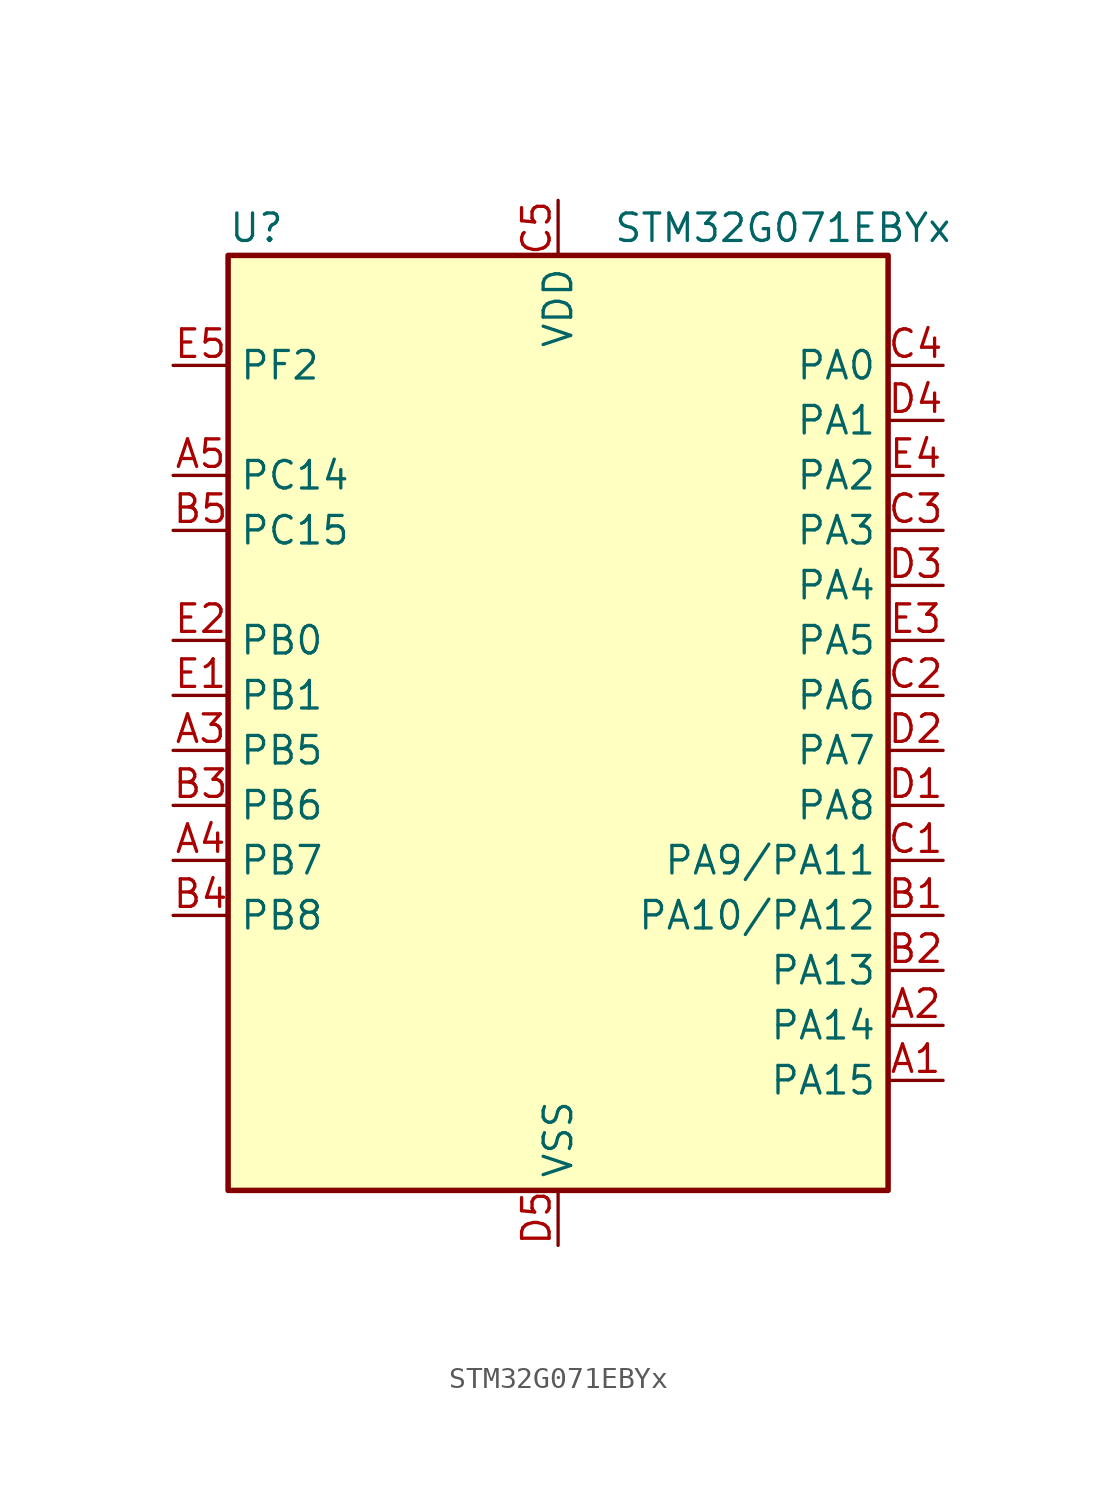
<source format=kicad_sym>
(kicad_symbol_lib
  (version 20241209)
  (generator "kicad_symbol_editor")
  (generator_version "9.0")
  (symbol "STM32G071EBYx"
    (property "Reference" "U"
      (at -15.24 24.13 0)
      (effects (font (size 1.27 1.27)) (justify left)))
    (property "Value" "STM32G071EBYx"
      (at 2.54 24.13 0)
      (effects (font (size 1.27 1.27)) (justify left)))
    (symbol "STM32G071EBYx_0_1"
      (rectangle (start -15.24 -20.32) (end 15.24 22.86) (stroke (width 0.254) (type default)) (fill (type background))))
    (symbol "STM32G071EBYx_1_1"
      (pin bidirectional line (at -17.78 17.78 0) (length 2.54) (name "PF2" (effects (font (size 1.27 1.27)))) (number "E5" (effects (font (size 1.27 1.27)))) (alternate "RCC_MCO" bidirectional line))
      (pin bidirectional line (at -17.78 12.7 0) (length 2.54) (name "PC14" (effects (font (size 1.27 1.27)))) (number "A5" (effects (font (size 1.27 1.27)))) (alternate "RCC_OSC32_IN" bidirectional line) (alternate "RCC_OSC_IN" bidirectional line) (alternate "TIM1_BK2" bidirectional line))
      (pin bidirectional line (at -17.78 10.16 0) (length 2.54) (name "PC15" (effects (font (size 1.27 1.27)))) (number "B5" (effects (font (size 1.27 1.27)))) (alternate "RCC_OSC32_EN" bidirectional line) (alternate "RCC_OSC32_OUT" bidirectional line) (alternate "RCC_OSC_EN" bidirectional line) (alternate "TIM15_BK" bidirectional line))
      (pin bidirectional line (at -17.78 5.08 0) (length 2.54) (name "PB0" (effects (font (size 1.27 1.27)))) (number "E2" (effects (font (size 1.27 1.27)))) (alternate "ADC1_IN8" bidirectional line) (alternate "COMP1_OUT" bidirectional line) (alternate "I2S1_WS" bidirectional line) (alternate "LPTIM1_OUT" bidirectional line) (alternate "SPI1_NSS" bidirectional line) (alternate "TIM1_CH2N" bidirectional line) (alternate "TIM3_CH3" bidirectional line) (alternate "UCPD1_FRSTX1" bidirectional line) (alternate "UCPD1_FRSTX2" bidirectional line) (alternate "USART3_RX" bidirectional line))
      (pin bidirectional line (at -17.78 2.54 0) (length 2.54) (name "PB1" (effects (font (size 1.27 1.27)))) (number "E1" (effects (font (size 1.27 1.27)))) (alternate "ADC1_IN9" bidirectional line) (alternate "COMP1_INM" bidirectional line) (alternate "LPTIM2_IN1" bidirectional line) (alternate "LPUART1_DE" bidirectional line) (alternate "LPUART1_RTS" bidirectional line) (alternate "TIM14_CH1" bidirectional line) (alternate "TIM1_CH3N" bidirectional line) (alternate "TIM3_CH4" bidirectional line) (alternate "USART3_CK" bidirectional line) (alternate "USART3_DE" bidirectional line) (alternate "USART3_RTS" bidirectional line))
      (pin bidirectional line (at -17.78 0 0) (length 2.54) (name "PB5" (effects (font (size 1.27 1.27)))) (number "A3" (effects (font (size 1.27 1.27)))) (alternate "COMP2_OUT" bidirectional line) (alternate "I2C1_SMBA" bidirectional line) (alternate "I2S1_SD" bidirectional line) (alternate "LPTIM1_IN1" bidirectional line) (alternate "SPI1_MOSI" bidirectional line) (alternate "SYS_WKUP6" bidirectional line) (alternate "TIM16_BK" bidirectional line) (alternate "TIM3_CH2" bidirectional line))
      (pin bidirectional line (at -17.78 -2.54 0) (length 2.54) (name "PB6" (effects (font (size 1.27 1.27)))) (number "B3" (effects (font (size 1.27 1.27)))) (alternate "COMP2_INP" bidirectional line) (alternate "I2C1_SCL" bidirectional line) (alternate "LPTIM1_ETR" bidirectional line) (alternate "SPI2_MISO" bidirectional line) (alternate "TIM16_CH1N" bidirectional line) (alternate "TIM1_CH3" bidirectional line) (alternate "USART1_TX" bidirectional line))
      (pin bidirectional line (at -17.78 -5.08 0) (length 2.54) (name "PB7" (effects (font (size 1.27 1.27)))) (number "A4" (effects (font (size 1.27 1.27)))) (alternate "COMP2_INM" bidirectional line) (alternate "I2C1_SDA" bidirectional line) (alternate "LPTIM1_IN2" bidirectional line) (alternate "SPI2_MOSI" bidirectional line) (alternate "SYS_PVD_IN" bidirectional line) (alternate "TIM17_CH1N" bidirectional line) (alternate "USART1_RX" bidirectional line) (alternate "USART4_CTS" bidirectional line) (alternate "USART4_NSS" bidirectional line))
      (pin bidirectional line (at -17.78 -7.62 0) (length 2.54) (name "PB8" (effects (font (size 1.27 1.27)))) (number "B4" (effects (font (size 1.27 1.27)))) (alternate "CEC" bidirectional line) (alternate "I2C1_SCL" bidirectional line) (alternate "SPI2_SCK" bidirectional line) (alternate "TIM15_BK" bidirectional line) (alternate "TIM16_CH1" bidirectional line) (alternate "USART3_TX" bidirectional line))
      (pin power_in line (at 0 25.4 270) (length 2.54) (name "VDD" (effects (font (size 1.27 1.27)))) (number "C5" (effects (font (size 1.27 1.27)))))
      (pin power_in line (at 0 -22.86 90) (length 2.54) (name "VSS" (effects (font (size 1.27 1.27)))) (number "D5" (effects (font (size 1.27 1.27)))))
      (pin bidirectional line (at 17.78 17.78 180) (length 2.54) (name "PA0" (effects (font (size 1.27 1.27)))) (number "C4" (effects (font (size 1.27 1.27)))) (alternate "ADC1_IN0" bidirectional line) (alternate "COMP1_INM" bidirectional line) (alternate "COMP1_OUT" bidirectional line) (alternate "LPTIM1_OUT" bidirectional line) (alternate "RTC_TAMP_IN2" bidirectional line) (alternate "SPI2_SCK" bidirectional line) (alternate "SYS_WKUP1" bidirectional line) (alternate "TIM2_CH1" bidirectional line) (alternate "TIM2_ETR" bidirectional line) (alternate "USART2_CTS" bidirectional line) (alternate "USART2_NSS" bidirectional line) (alternate "USART4_TX" bidirectional line))
      (pin bidirectional line (at 17.78 15.24 180) (length 2.54) (name "PA1" (effects (font (size 1.27 1.27)))) (number "D4" (effects (font (size 1.27 1.27)))) (alternate "ADC1_IN1" bidirectional line) (alternate "COMP1_INP" bidirectional line) (alternate "I2C1_SMBA" bidirectional line) (alternate "I2S1_CK" bidirectional line) (alternate "SPI1_SCK" bidirectional line) (alternate "TIM15_CH1N" bidirectional line) (alternate "TIM2_CH2" bidirectional line) (alternate "USART2_CK" bidirectional line) (alternate "USART2_DE" bidirectional line) (alternate "USART2_RTS" bidirectional line) (alternate "USART4_RX" bidirectional line))
      (pin bidirectional line (at 17.78 12.7 180) (length 2.54) (name "PA2" (effects (font (size 1.27 1.27)))) (number "E4" (effects (font (size 1.27 1.27)))) (alternate "ADC1_IN2" bidirectional line) (alternate "COMP2_INM" bidirectional line) (alternate "COMP2_OUT" bidirectional line) (alternate "I2S1_SD" bidirectional line) (alternate "LPUART1_TX" bidirectional line) (alternate "RCC_LSCO" bidirectional line) (alternate "SPI1_MOSI" bidirectional line) (alternate "SYS_WKUP4" bidirectional line) (alternate "TIM15_CH1" bidirectional line) (alternate "TIM2_CH3" bidirectional line) (alternate "UCPD1_FRSTX1" bidirectional line) (alternate "UCPD1_FRSTX2" bidirectional line) (alternate "USART2_TX" bidirectional line))
      (pin bidirectional line (at 17.78 10.16 180) (length 2.54) (name "PA3" (effects (font (size 1.27 1.27)))) (number "C3" (effects (font (size 1.27 1.27)))) (alternate "ADC1_IN3" bidirectional line) (alternate "COMP2_INP" bidirectional line) (alternate "LPUART1_RX" bidirectional line) (alternate "SPI2_MISO" bidirectional line) (alternate "TIM15_CH2" bidirectional line) (alternate "TIM2_CH4" bidirectional line) (alternate "USART2_RX" bidirectional line))
      (pin bidirectional line (at 17.78 7.62 180) (length 2.54) (name "PA4" (effects (font (size 1.27 1.27)))) (number "D3" (effects (font (size 1.27 1.27)))) (alternate "ADC1_IN4" bidirectional line) (alternate "DAC1_OUT1" bidirectional line) (alternate "I2S1_WS" bidirectional line) (alternate "LPTIM2_OUT" bidirectional line) (alternate "RTC_OUT_ALARM" bidirectional line) (alternate "RTC_OUT_CALIB" bidirectional line) (alternate "RTC_TAMP_IN1" bidirectional line) (alternate "RTC_TS" bidirectional line) (alternate "SPI1_NSS" bidirectional line) (alternate "SPI2_MOSI" bidirectional line) (alternate "SYS_WKUP2" bidirectional line) (alternate "TIM14_CH1" bidirectional line))
      (pin bidirectional line (at 17.78 5.08 180) (length 2.54) (name "PA5" (effects (font (size 1.27 1.27)))) (number "E3" (effects (font (size 1.27 1.27)))) (alternate "ADC1_IN5" bidirectional line) (alternate "CEC" bidirectional line) (alternate "DAC1_OUT2" bidirectional line) (alternate "I2S1_CK" bidirectional line) (alternate "LPTIM2_ETR" bidirectional line) (alternate "SPI1_SCK" bidirectional line) (alternate "TIM2_CH1" bidirectional line) (alternate "TIM2_ETR" bidirectional line) (alternate "UCPD1_FRSTX1" bidirectional line) (alternate "UCPD1_FRSTX2" bidirectional line) (alternate "USART3_TX" bidirectional line))
      (pin bidirectional line (at 17.78 2.54 180) (length 2.54) (name "PA6" (effects (font (size 1.27 1.27)))) (number "C2" (effects (font (size 1.27 1.27)))) (alternate "ADC1_IN6" bidirectional line) (alternate "COMP1_OUT" bidirectional line) (alternate "I2S1_MCK" bidirectional line) (alternate "LPUART1_CTS" bidirectional line) (alternate "SPI1_MISO" bidirectional line) (alternate "TIM16_CH1" bidirectional line) (alternate "TIM1_BK" bidirectional line) (alternate "TIM3_CH1" bidirectional line) (alternate "USART3_CTS" bidirectional line) (alternate "USART3_NSS" bidirectional line))
      (pin bidirectional line (at 17.78 0 180) (length 2.54) (name "PA7" (effects (font (size 1.27 1.27)))) (number "D2" (effects (font (size 1.27 1.27)))) (alternate "ADC1_IN7" bidirectional line) (alternate "COMP2_OUT" bidirectional line) (alternate "I2S1_SD" bidirectional line) (alternate "SPI1_MOSI" bidirectional line) (alternate "TIM14_CH1" bidirectional line) (alternate "TIM17_CH1" bidirectional line) (alternate "TIM1_CH1N" bidirectional line) (alternate "TIM3_CH2" bidirectional line) (alternate "UCPD1_FRSTX1" bidirectional line) (alternate "UCPD1_FRSTX2" bidirectional line))
      (pin bidirectional line (at 17.78 -2.54 180) (length 2.54) (name "PA8" (effects (font (size 1.27 1.27)))) (number "D1" (effects (font (size 1.27 1.27)))) (alternate "LPTIM2_OUT" bidirectional line) (alternate "RCC_MCO" bidirectional line) (alternate "SPI2_NSS" bidirectional line) (alternate "TIM1_CH1" bidirectional line) (alternate "UCPD1_CC1" bidirectional line))
      (pin bidirectional line (at 17.78 -5.08 180) (length 2.54) (name "PA9/PA11" (effects (font (size 1.27 1.27)))) (number "C1" (effects (font (size 1.27 1.27)))) (alternate "ADC1_EXTI11 (PA11)" bidirectional line) (alternate "COMP1_OUT (PA11)" bidirectional line) (alternate "DAC1_EXTI9 (PA9)" bidirectional line) (alternate "I2C1_SCL (PA9)" bidirectional line) (alternate "I2C2_SCL (PA11)" bidirectional line) (alternate "I2S1_MCK (PA11)" bidirectional line) (alternate "PA11" bidirectional line) (alternate "PA9" bidirectional line) (alternate "RCC_MCO (PA9)" bidirectional line) (alternate "SPI1_MISO (PA11)" bidirectional line) (alternate "SPI2_MISO (PA9)" bidirectional line) (alternate "TIM15_BK (PA9)" bidirectional line) (alternate "TIM1_BK2 (PA11)" bidirectional line) (alternate "TIM1_CH2 (PA9)" bidirectional line) (alternate "TIM1_CH4 (PA11)" bidirectional line) (alternate "USART1_CTS (PA11)" bidirectional line) (alternate "USART1_NSS (PA11)" bidirectional line) (alternate "USART1_TX (PA9)" bidirectional line))
      (pin bidirectional line (at 17.78 -7.62 180) (length 2.54) (name "PA10/PA12" (effects (font (size 1.27 1.27)))) (number "B1" (effects (font (size 1.27 1.27)))) (alternate "COMP2_OUT (PA12)" bidirectional line) (alternate "I2C1_SDA (PA10)" bidirectional line) (alternate "I2C2_SDA (PA12)" bidirectional line) (alternate "I2S1_SD (PA12)" bidirectional line) (alternate "I2S_CKIN (PA12)" bidirectional line) (alternate "PA10" bidirectional line) (alternate "PA12" bidirectional line) (alternate "SPI1_MOSI (PA12)" bidirectional line) (alternate "SPI2_MOSI (PA10)" bidirectional line) (alternate "TIM17_BK (PA10)" bidirectional line) (alternate "TIM1_CH3 (PA10)" bidirectional line) (alternate "TIM1_ETR (PA12)" bidirectional line) (alternate "USART1_CK (PA12)" bidirectional line) (alternate "USART1_DE (PA12)" bidirectional line) (alternate "USART1_RTS (PA12)" bidirectional line) (alternate "USART1_RX (PA10)" bidirectional line))
      (pin bidirectional line (at 17.78 -10.16 180) (length 2.54) (name "PA13" (effects (font (size 1.27 1.27)))) (number "B2" (effects (font (size 1.27 1.27)))) (alternate "IR_OUT" bidirectional line) (alternate "SYS_SWDIO" bidirectional line))
      (pin bidirectional line (at 17.78 -12.7 180) (length 2.54) (name "PA14" (effects (font (size 1.27 1.27)))) (number "A2" (effects (font (size 1.27 1.27)))) (alternate "SYS_SWCLK" bidirectional line) (alternate "USART2_TX" bidirectional line))
      (pin bidirectional line (at 17.78 -15.24 180) (length 2.54) (name "PA15" (effects (font (size 1.27 1.27)))) (number "A1" (effects (font (size 1.27 1.27)))) (alternate "I2S1_WS" bidirectional line) (alternate "SPI1_NSS" bidirectional line) (alternate "TIM2_CH1" bidirectional line) (alternate "TIM2_ETR" bidirectional line) (alternate "USART2_RX" bidirectional line) (alternate "USART3_CK" bidirectional line) (alternate "USART3_DE" bidirectional line) (alternate "USART3_RTS" bidirectional line) (alternate "USART4_CK" bidirectional line) (alternate "USART4_DE" bidirectional line) (alternate "USART4_RTS" bidirectional line)))))
</source>
